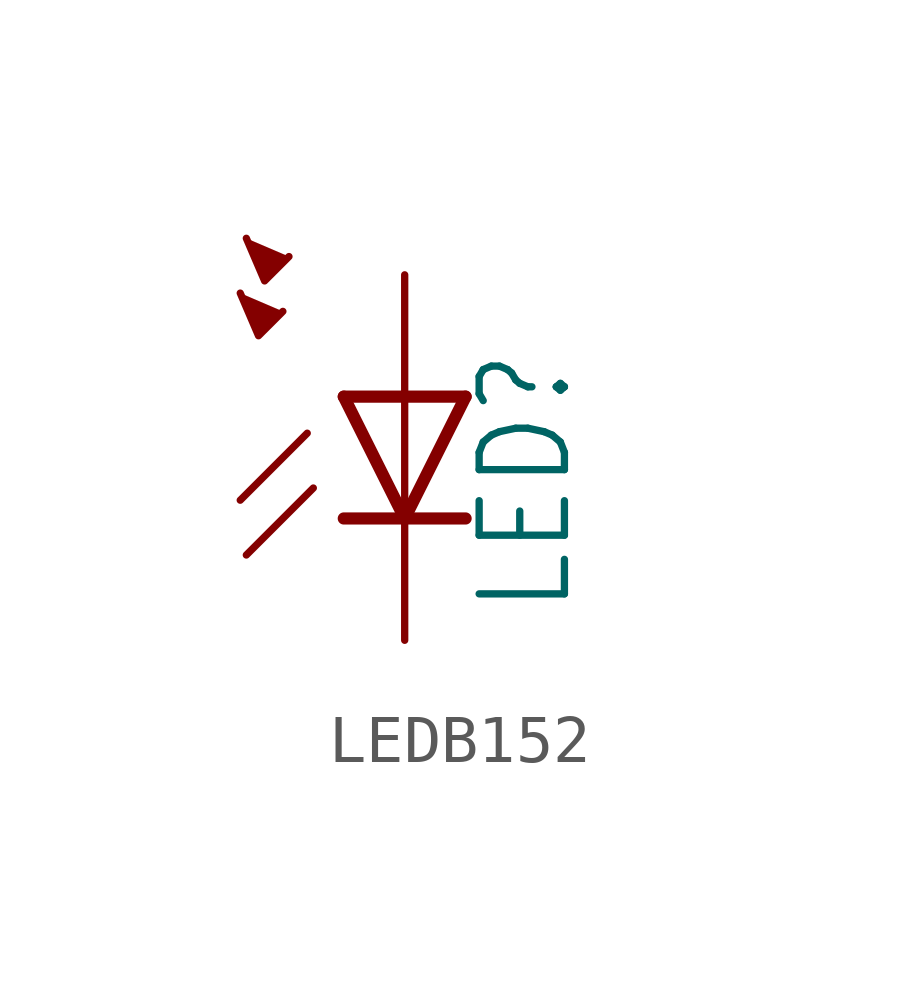
<source format=kicad_sym>
(kicad_symbol_lib
  (version 20241209)
  (generator "kicad_symbol_editor")
  (generator_version "9.0")
  (symbol "LEDB152"
    (property "Reference" "LED"
      (at 3.556 -4.572 90)
      (effects (font (size 1.778 1.511)) (justify left bottom)))
    (property "Value" ""
      (at 5.715 -4.572 90)
      (effects (font (size 1.778 1.511)) (justify left bottom)))
    (property "ki_locked" ""
      (at 0 0 0)
      (effects (font (size 1.27 1.27))))
    (symbol "LEDB152_1_0"
      (polyline (pts (xy -3.429 2.159) (xy -3.048 1.27) (xy -2.54 1.778)) (stroke (width 0.152) (type solid)) (fill (type outline)))
      (polyline (pts (xy -3.302 3.302) (xy -2.921 2.413) (xy -2.413 2.921)) (stroke (width 0.152) (type solid)) (fill (type outline)))
      (polyline (pts (xy -2.032 -0.762) (xy -3.429 -2.159)) (stroke (width 0.152) (type solid)) (fill (type none)))
      (polyline (pts (xy -1.905 -1.905) (xy -3.302 -3.302)) (stroke (width 0.152) (type solid)) (fill (type none)))
      (polyline (pts (xy 0 0) (xy -1.27 0)) (stroke (width 0.254) (type solid)) (fill (type none)))
      (polyline (pts (xy 0 0) (xy 0 -2.54)) (stroke (width 0.152) (type solid)) (fill (type none)))
      (polyline (pts (xy 0 -2.54) (xy -1.27 0)) (stroke (width 0.254) (type solid)) (fill (type none)))
      (polyline (pts (xy 0 -2.54) (xy -1.27 -2.54)) (stroke (width 0.254) (type solid)) (fill (type none)))
      (polyline (pts (xy 1.27 0) (xy 0 0)) (stroke (width 0.254) (type solid)) (fill (type none)))
      (polyline (pts (xy 1.27 0) (xy 0 -2.54)) (stroke (width 0.254) (type solid)) (fill (type none)))
      (polyline (pts (xy 1.27 -2.54) (xy 0 -2.54)) (stroke (width 0.254) (type solid)) (fill (type none)))
      (pin passive line (at 0 2.54 270) (length 2.54) (name "A" (effects (font (size 0 0)))) (number "A" (effects (font (size 0 0)))))
      (pin passive line (at 0 -5.08 90) (length 2.54) (name "C" (effects (font (size 0 0)))) (number "K" (effects (font (size 0 0))))))))
</source>
